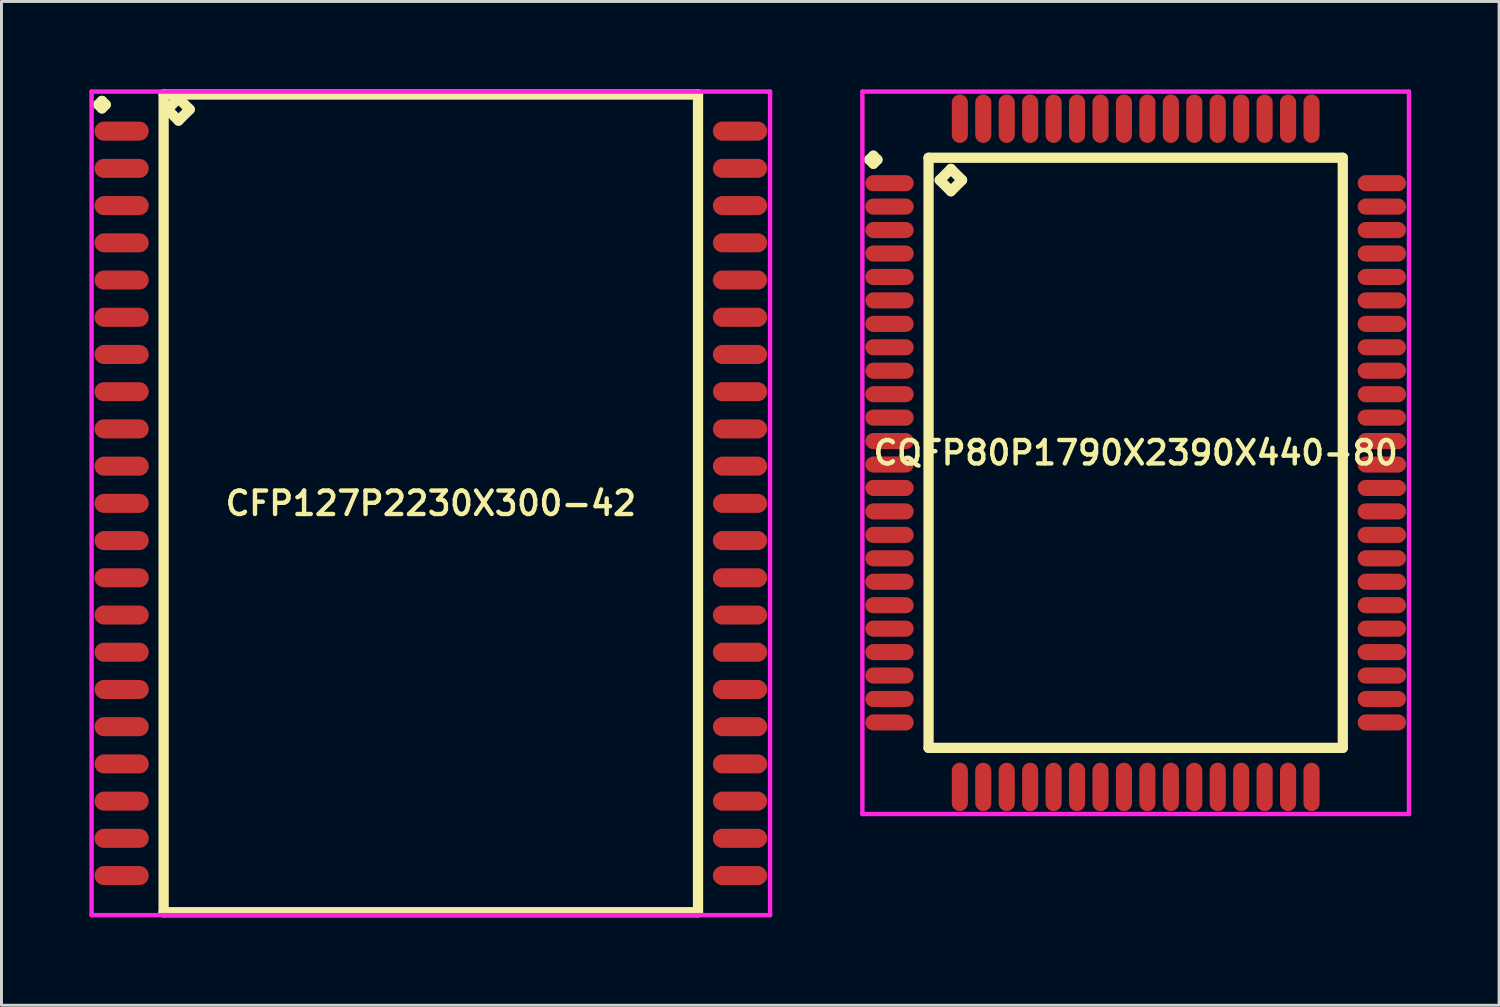
<source format=kicad_pcb>
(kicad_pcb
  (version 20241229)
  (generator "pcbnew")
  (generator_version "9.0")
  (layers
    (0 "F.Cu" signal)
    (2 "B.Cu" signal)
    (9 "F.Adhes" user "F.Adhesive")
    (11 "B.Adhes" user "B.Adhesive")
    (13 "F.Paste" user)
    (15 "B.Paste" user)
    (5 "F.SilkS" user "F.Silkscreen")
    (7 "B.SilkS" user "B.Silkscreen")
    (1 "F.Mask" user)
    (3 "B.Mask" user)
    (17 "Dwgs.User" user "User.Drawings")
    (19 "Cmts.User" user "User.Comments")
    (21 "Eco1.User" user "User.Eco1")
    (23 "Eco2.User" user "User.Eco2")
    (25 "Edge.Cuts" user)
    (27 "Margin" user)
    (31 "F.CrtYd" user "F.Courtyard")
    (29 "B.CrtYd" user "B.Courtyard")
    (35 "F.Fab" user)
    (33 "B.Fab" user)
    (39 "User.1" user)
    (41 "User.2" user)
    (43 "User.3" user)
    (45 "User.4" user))
  (footprint "CQFP80P1790X2390X440-80"
    (layer "F.Cu")
    (at 35.7 12.4)
    (property "Reference" "CQFP80P1790X2390X440-80" (at 0 0 0) (layer "F.SilkS") (effects (font (size 0.8 0.8) (thickness 0.15))))
    (attr smd)
    (fp_line (start -9.088 -10) (end -8.95 -10.137) (stroke (width 0.35) (type solid)) (layer "F.SilkS"))
    (fp_line (start -8.95 -10.137) (end -8.812 -10) (stroke (width 0.35) (type solid)) (layer "F.SilkS"))
    (fp_line (start -8.95 -9.863) (end -9.088 -10) (stroke (width 0.35) (type solid)) (layer "F.SilkS"))
    (fp_line (start -8.812 -10) (end -8.95 -9.863) (stroke (width 0.35) (type solid)) (layer "F.SilkS"))
    (fp_line (start -7.067 -10.067) (end -7.067 10.067) (stroke (width 0.35) (type solid)) (layer "F.SilkS"))
    (fp_line (start -7.067 10.067) (end 7.067 10.067) (stroke (width 0.35) (type solid)) (layer "F.SilkS"))
    (fp_line (start -6.686 -9.305) (end -6.305 -9.686) (stroke (width 0.35) (type solid)) (layer "F.SilkS"))
    (fp_line (start -6.305 -9.686) (end -5.924 -9.305) (stroke (width 0.35) (type solid)) (layer "F.SilkS"))
    (fp_line (start -6.305 -8.924) (end -6.686 -9.305) (stroke (width 0.35) (type solid)) (layer "F.SilkS"))
    (fp_line (start -5.924 -9.305) (end -6.305 -8.924) (stroke (width 0.35) (type solid)) (layer "F.SilkS"))
    (fp_line (start 7.067 -10.067) (end -7.067 -10.067) (stroke (width 0.35) (type solid)) (layer "F.SilkS"))
    (fp_line (start 7.067 10.067) (end 7.067 -10.067) (stroke (width 0.35) (type solid)) (layer "F.SilkS"))
    (fp_line (start -9.325 -12.325) (end 9.325 -12.325) (stroke (width 0.15) (type solid)) (layer "F.CrtYd"))
    (fp_line (start -9.325 12.325) (end -9.325 -12.325) (stroke (width 0.15) (type solid)) (layer "F.CrtYd"))
    (fp_line (start 9.325 -12.325) (end 9.325 12.325) (stroke (width 0.15) (type solid)) (layer "F.CrtYd"))
    (fp_line (start 9.325 12.325) (end -9.325 12.325) (stroke (width 0.15) (type solid)) (layer "F.CrtYd"))
    (pad "1" smd oval (at -8.4 -9.2) (size 1.65 0.55) (layers "F.Cu" "F.Mask" "F.Paste"))
    (pad "2" smd oval (at -8.4 -8.4) (size 1.65 0.55) (layers "F.Cu" "F.Mask" "F.Paste"))
    (pad "3" smd oval (at -8.4 -7.6) (size 1.65 0.55) (layers "F.Cu" "F.Mask" "F.Paste"))
    (pad "4" smd oval (at -8.4 -6.8) (size 1.65 0.55) (layers "F.Cu" "F.Mask" "F.Paste"))
    (pad "5" smd oval (at -8.4 -6) (size 1.65 0.55) (layers "F.Cu" "F.Mask" "F.Paste"))
    (pad "6" smd oval (at -8.4 -5.2) (size 1.65 0.55) (layers "F.Cu" "F.Mask" "F.Paste"))
    (pad "7" smd oval (at -8.4 -4.4) (size 1.65 0.55) (layers "F.Cu" "F.Mask" "F.Paste"))
    (pad "8" smd oval (at -8.4 -3.6) (size 1.65 0.55) (layers "F.Cu" "F.Mask" "F.Paste"))
    (pad "9" smd oval (at -8.4 -2.8) (size 1.65 0.55) (layers "F.Cu" "F.Mask" "F.Paste"))
    (pad "10" smd oval (at -8.4 -2) (size 1.65 0.55) (layers "F.Cu" "F.Mask" "F.Paste"))
    (pad "11" smd oval (at -8.4 -1.2) (size 1.65 0.55) (layers "F.Cu" "F.Mask" "F.Paste"))
    (pad "12" smd oval (at -8.4 -0.4) (size 1.65 0.55) (layers "F.Cu" "F.Mask" "F.Paste"))
    (pad "13" smd oval (at -8.4 0.4) (size 1.65 0.55) (layers "F.Cu" "F.Mask" "F.Paste"))
    (pad "14" smd oval (at -8.4 1.2) (size 1.65 0.55) (layers "F.Cu" "F.Mask" "F.Paste"))
    (pad "15" smd oval (at -8.4 2) (size 1.65 0.55) (layers "F.Cu" "F.Mask" "F.Paste"))
    (pad "16" smd oval (at -8.4 2.8) (size 1.65 0.55) (layers "F.Cu" "F.Mask" "F.Paste"))
    (pad "17" smd oval (at -8.4 3.6) (size 1.65 0.55) (layers "F.Cu" "F.Mask" "F.Paste"))
    (pad "18" smd oval (at -8.4 4.4) (size 1.65 0.55) (layers "F.Cu" "F.Mask" "F.Paste"))
    (pad "19" smd oval (at -8.4 5.2) (size 1.65 0.55) (layers "F.Cu" "F.Mask" "F.Paste"))
    (pad "20" smd oval (at -8.4 6) (size 1.65 0.55) (layers "F.Cu" "F.Mask" "F.Paste"))
    (pad "21" smd oval (at -8.4 6.8) (size 1.65 0.55) (layers "F.Cu" "F.Mask" "F.Paste"))
    (pad "22" smd oval (at -8.4 7.6) (size 1.65 0.55) (layers "F.Cu" "F.Mask" "F.Paste"))
    (pad "23" smd oval (at -8.4 8.4) (size 1.65 0.55) (layers "F.Cu" "F.Mask" "F.Paste"))
    (pad "24" smd oval (at -8.4 9.2) (size 1.65 0.55) (layers "F.Cu" "F.Mask" "F.Paste"))
    (pad "25" smd oval (at -6 11.4) (size 0.55 1.65) (layers "F.Cu" "F.Mask" "F.Paste"))
    (pad "26" smd oval (at -5.2 11.4) (size 0.55 1.65) (layers "F.Cu" "F.Mask" "F.Paste"))
    (pad "27" smd oval (at -4.4 11.4) (size 0.55 1.65) (layers "F.Cu" "F.Mask" "F.Paste"))
    (pad "28" smd oval (at -3.6 11.4) (size 0.55 1.65) (layers "F.Cu" "F.Mask" "F.Paste"))
    (pad "29" smd oval (at -2.8 11.4) (size 0.55 1.65) (layers "F.Cu" "F.Mask" "F.Paste"))
    (pad "30" smd oval (at -2 11.4) (size 0.55 1.65) (layers "F.Cu" "F.Mask" "F.Paste"))
    (pad "31" smd oval (at -1.2 11.4) (size 0.55 1.65) (layers "F.Cu" "F.Mask" "F.Paste"))
    (pad "32" smd oval (at -0.4 11.4) (size 0.55 1.65) (layers "F.Cu" "F.Mask" "F.Paste"))
    (pad "33" smd oval (at 0.4 11.4) (size 0.55 1.65) (layers "F.Cu" "F.Mask" "F.Paste"))
    (pad "34" smd oval (at 1.2 11.4) (size 0.55 1.65) (layers "F.Cu" "F.Mask" "F.Paste"))
    (pad "35" smd oval (at 2 11.4) (size 0.55 1.65) (layers "F.Cu" "F.Mask" "F.Paste"))
    (pad "36" smd oval (at 2.8 11.4) (size 0.55 1.65) (layers "F.Cu" "F.Mask" "F.Paste"))
    (pad "37" smd oval (at 3.6 11.4) (size 0.55 1.65) (layers "F.Cu" "F.Mask" "F.Paste"))
    (pad "38" smd oval (at 4.4 11.4) (size 0.55 1.65) (layers "F.Cu" "F.Mask" "F.Paste"))
    (pad "39" smd oval (at 5.2 11.4) (size 0.55 1.65) (layers "F.Cu" "F.Mask" "F.Paste"))
    (pad "40" smd oval (at 6 11.4) (size 0.55 1.65) (layers "F.Cu" "F.Mask" "F.Paste"))
    (pad "41" smd oval (at 8.4 9.2) (size 1.65 0.55) (layers "F.Cu" "F.Mask" "F.Paste"))
    (pad "42" smd oval (at 8.4 8.4) (size 1.65 0.55) (layers "F.Cu" "F.Mask" "F.Paste"))
    (pad "43" smd oval (at 8.4 7.6) (size 1.65 0.55) (layers "F.Cu" "F.Mask" "F.Paste"))
    (pad "44" smd oval (at 8.4 6.8) (size 1.65 0.55) (layers "F.Cu" "F.Mask" "F.Paste"))
    (pad "45" smd oval (at 8.4 6) (size 1.65 0.55) (layers "F.Cu" "F.Mask" "F.Paste"))
    (pad "46" smd oval (at 8.4 5.2) (size 1.65 0.55) (layers "F.Cu" "F.Mask" "F.Paste"))
    (pad "47" smd oval (at 8.4 4.4) (size 1.65 0.55) (layers "F.Cu" "F.Mask" "F.Paste"))
    (pad "48" smd oval (at 8.4 3.6) (size 1.65 0.55) (layers "F.Cu" "F.Mask" "F.Paste"))
    (pad "49" smd oval (at 8.4 2.8) (size 1.65 0.55) (layers "F.Cu" "F.Mask" "F.Paste"))
    (pad "50" smd oval (at 8.4 2) (size 1.65 0.55) (layers "F.Cu" "F.Mask" "F.Paste"))
    (pad "51" smd oval (at 8.4 1.2) (size 1.65 0.55) (layers "F.Cu" "F.Mask" "F.Paste"))
    (pad "52" smd oval (at 8.4 0.4) (size 1.65 0.55) (layers "F.Cu" "F.Mask" "F.Paste"))
    (pad "53" smd oval (at 8.4 -0.4) (size 1.65 0.55) (layers "F.Cu" "F.Mask" "F.Paste"))
    (pad "54" smd oval (at 8.4 -1.2) (size 1.65 0.55) (layers "F.Cu" "F.Mask" "F.Paste"))
    (pad "55" smd oval (at 8.4 -2) (size 1.65 0.55) (layers "F.Cu" "F.Mask" "F.Paste"))
    (pad "56" smd oval (at 8.4 -2.8) (size 1.65 0.55) (layers "F.Cu" "F.Mask" "F.Paste"))
    (pad "57" smd oval (at 8.4 -3.6) (size 1.65 0.55) (layers "F.Cu" "F.Mask" "F.Paste"))
    (pad "58" smd oval (at 8.4 -4.4) (size 1.65 0.55) (layers "F.Cu" "F.Mask" "F.Paste"))
    (pad "59" smd oval (at 8.4 -5.2) (size 1.65 0.55) (layers "F.Cu" "F.Mask" "F.Paste"))
    (pad "60" smd oval (at 8.4 -6) (size 1.65 0.55) (layers "F.Cu" "F.Mask" "F.Paste"))
    (pad "61" smd oval (at 8.4 -6.8) (size 1.65 0.55) (layers "F.Cu" "F.Mask" "F.Paste"))
    (pad "62" smd oval (at 8.4 -7.6) (size 1.65 0.55) (layers "F.Cu" "F.Mask" "F.Paste"))
    (pad "63" smd oval (at 8.4 -8.4) (size 1.65 0.55) (layers "F.Cu" "F.Mask" "F.Paste"))
    (pad "64" smd oval (at 8.4 -9.2) (size 1.65 0.55) (layers "F.Cu" "F.Mask" "F.Paste"))
    (pad "65" smd oval (at 6 -11.4) (size 0.55 1.65) (layers "F.Cu" "F.Mask" "F.Paste"))
    (pad "66" smd oval (at 5.2 -11.4) (size 0.55 1.65) (layers "F.Cu" "F.Mask" "F.Paste"))
    (pad "67" smd oval (at 4.4 -11.4) (size 0.55 1.65) (layers "F.Cu" "F.Mask" "F.Paste"))
    (pad "68" smd oval (at 3.6 -11.4) (size 0.55 1.65) (layers "F.Cu" "F.Mask" "F.Paste"))
    (pad "69" smd oval (at 2.8 -11.4) (size 0.55 1.65) (layers "F.Cu" "F.Mask" "F.Paste"))
    (pad "70" smd oval (at 2 -11.4) (size 0.55 1.65) (layers "F.Cu" "F.Mask" "F.Paste"))
    (pad "71" smd oval (at 1.2 -11.4) (size 0.55 1.65) (layers "F.Cu" "F.Mask" "F.Paste"))
    (pad "72" smd oval (at 0.4 -11.4) (size 0.55 1.65) (layers "F.Cu" "F.Mask" "F.Paste"))
    (pad "73" smd oval (at -0.4 -11.4) (size 0.55 1.65) (layers "F.Cu" "F.Mask" "F.Paste"))
    (pad "74" smd oval (at -1.2 -11.4) (size 0.55 1.65) (layers "F.Cu" "F.Mask" "F.Paste"))
    (pad "75" smd oval (at -2 -11.4) (size 0.55 1.65) (layers "F.Cu" "F.Mask" "F.Paste"))
    (pad "76" smd oval (at -2.8 -11.4) (size 0.55 1.65) (layers "F.Cu" "F.Mask" "F.Paste"))
    (pad "77" smd oval (at -3.6 -11.4) (size 0.55 1.65) (layers "F.Cu" "F.Mask" "F.Paste"))
    (pad "78" smd oval (at -4.4 -11.4) (size 0.55 1.65) (layers "F.Cu" "F.Mask" "F.Paste"))
    (pad "79" smd oval (at -5.2 -11.4) (size 0.55 1.65) (layers "F.Cu" "F.Mask" "F.Paste"))
    (pad "80" smd oval (at -6 -11.4) (size 0.55 1.65) (layers "F.Cu" "F.Mask" "F.Paste")))
  (footprint "CFP127P2230X300-42"
    (layer "F.Cu")
    (at 11.65 14.125)
    (property "Reference" "CFP127P2230X300-42" (at 0 0 0) (layer "F.SilkS") (effects (font (size 0.8 0.8) (thickness 0.15))))
    (attr through_hole)
    (fp_line (start -11.348 -13.604) (end -11.221 -13.731) (stroke (width 0.35) (type solid)) (layer "F.SilkS"))
    (fp_line (start -11.221 -13.731) (end -11.094 -13.604) (stroke (width 0.35) (type solid)) (layer "F.SilkS"))
    (fp_line (start -11.221 -13.477) (end -11.348 -13.604) (stroke (width 0.35) (type solid)) (layer "F.SilkS"))
    (fp_line (start -11.094 -13.604) (end -11.221 -13.477) (stroke (width 0.35) (type solid)) (layer "F.SilkS"))
    (fp_line (start -9.117 -13.95) (end -9.117 13.95) (stroke (width 0.35) (type solid)) (layer "F.SilkS"))
    (fp_line (start -9.117 13.95) (end 9.117 13.95) (stroke (width 0.35) (type solid)) (layer "F.SilkS"))
    (fp_line (start -8.99 -13.442) (end -8.609 -13.823) (stroke (width 0.35) (type solid)) (layer "F.SilkS"))
    (fp_line (start -8.609 -13.823) (end -8.228 -13.442) (stroke (width 0.35) (type solid)) (layer "F.SilkS"))
    (fp_line (start -8.609 -13.061) (end -8.99 -13.442) (stroke (width 0.35) (type solid)) (layer "F.SilkS"))
    (fp_line (start -8.228 -13.442) (end -8.609 -13.061) (stroke (width 0.35) (type solid)) (layer "F.SilkS"))
    (fp_line (start 9.117 -13.95) (end -9.117 -13.95) (stroke (width 0.35) (type solid)) (layer "F.SilkS"))
    (fp_line (start 9.117 13.95) (end 9.117 -13.95) (stroke (width 0.35) (type solid)) (layer "F.SilkS"))
    (fp_line (start -11.575 -14.05) (end 11.575 -14.05) (stroke (width 0.15) (type solid)) (layer "F.CrtYd"))
    (fp_line (start -11.575 14.05) (end -11.575 -14.05) (stroke (width 0.15) (type solid)) (layer "F.CrtYd"))
    (fp_line (start 11.575 -14.05) (end 11.575 14.05) (stroke (width 0.15) (type solid)) (layer "F.CrtYd"))
    (fp_line (start 11.575 14.05) (end -11.575 14.05) (stroke (width 0.15) (type solid)) (layer "F.CrtYd"))
    (pad "1" smd oval (at -10.55 -12.7) (size 1.85 0.65) (layers "F.Cu" "F.Mask" "F.Paste"))
    (pad "2" smd oval (at -10.55 -11.43) (size 1.85 0.65) (layers "F.Cu" "F.Mask" "F.Paste"))
    (pad "3" smd oval (at -10.55 -10.16) (size 1.85 0.65) (layers "F.Cu" "F.Mask" "F.Paste"))
    (pad "4" smd oval (at -10.55 -8.89) (size 1.85 0.65) (layers "F.Cu" "F.Mask" "F.Paste"))
    (pad "5" smd oval (at -10.55 -7.62) (size 1.85 0.65) (layers "F.Cu" "F.Mask" "F.Paste"))
    (pad "6" smd oval (at -10.55 -6.35) (size 1.85 0.65) (layers "F.Cu" "F.Mask" "F.Paste"))
    (pad "7" smd oval (at -10.55 -5.08) (size 1.85 0.65) (layers "F.Cu" "F.Mask" "F.Paste"))
    (pad "8" smd oval (at -10.55 -3.81) (size 1.85 0.65) (layers "F.Cu" "F.Mask" "F.Paste"))
    (pad "9" smd oval (at -10.55 -2.54) (size 1.85 0.65) (layers "F.Cu" "F.Mask" "F.Paste"))
    (pad "10" smd oval (at -10.55 -1.27) (size 1.85 0.65) (layers "F.Cu" "F.Mask" "F.Paste"))
    (pad "11" smd oval (at -10.55 0) (size 1.85 0.65) (layers "F.Cu" "F.Mask" "F.Paste"))
    (pad "12" smd oval (at -10.55 1.27) (size 1.85 0.65) (layers "F.Cu" "F.Mask" "F.Paste"))
    (pad "13" smd oval (at -10.55 2.54) (size 1.85 0.65) (layers "F.Cu" "F.Mask" "F.Paste"))
    (pad "14" smd oval (at -10.55 3.81) (size 1.85 0.65) (layers "F.Cu" "F.Mask" "F.Paste"))
    (pad "15" smd oval (at -10.55 5.08) (size 1.85 0.65) (layers "F.Cu" "F.Mask" "F.Paste"))
    (pad "16" smd oval (at -10.55 6.35) (size 1.85 0.65) (layers "F.Cu" "F.Mask" "F.Paste"))
    (pad "17" smd oval (at -10.55 7.62) (size 1.85 0.65) (layers "F.Cu" "F.Mask" "F.Paste"))
    (pad "18" smd oval (at -10.55 8.89) (size 1.85 0.65) (layers "F.Cu" "F.Mask" "F.Paste"))
    (pad "19" smd oval (at -10.55 10.16) (size 1.85 0.65) (layers "F.Cu" "F.Mask" "F.Paste"))
    (pad "20" smd oval (at -10.55 11.43) (size 1.85 0.65) (layers "F.Cu" "F.Mask" "F.Paste"))
    (pad "21" smd oval (at -10.55 12.7) (size 1.85 0.65) (layers "F.Cu" "F.Mask" "F.Paste"))
    (pad "22" smd oval (at 10.55 12.7) (size 1.85 0.65) (layers "F.Cu" "F.Mask" "F.Paste"))
    (pad "23" smd oval (at 10.55 11.43) (size 1.85 0.65) (layers "F.Cu" "F.Mask" "F.Paste"))
    (pad "24" smd oval (at 10.55 10.16) (size 1.85 0.65) (layers "F.Cu" "F.Mask" "F.Paste"))
    (pad "25" smd oval (at 10.55 8.89) (size 1.85 0.65) (layers "F.Cu" "F.Mask" "F.Paste"))
    (pad "26" smd oval (at 10.55 7.62) (size 1.85 0.65) (layers "F.Cu" "F.Mask" "F.Paste"))
    (pad "27" smd oval (at 10.55 6.35) (size 1.85 0.65) (layers "F.Cu" "F.Mask" "F.Paste"))
    (pad "28" smd oval (at 10.55 5.08) (size 1.85 0.65) (layers "F.Cu" "F.Mask" "F.Paste"))
    (pad "29" smd oval (at 10.55 3.81) (size 1.85 0.65) (layers "F.Cu" "F.Mask" "F.Paste"))
    (pad "30" smd oval (at 10.55 2.54) (size 1.85 0.65) (layers "F.Cu" "F.Mask" "F.Paste"))
    (pad "31" smd oval (at 10.55 1.27) (size 1.85 0.65) (layers "F.Cu" "F.Mask" "F.Paste"))
    (pad "32" smd oval (at 10.55 0) (size 1.85 0.65) (layers "F.Cu" "F.Mask" "F.Paste"))
    (pad "33" smd oval (at 10.55 -1.27) (size 1.85 0.65) (layers "F.Cu" "F.Mask" "F.Paste"))
    (pad "34" smd oval (at 10.55 -2.54) (size 1.85 0.65) (layers "F.Cu" "F.Mask" "F.Paste"))
    (pad "35" smd oval (at 10.55 -3.81) (size 1.85 0.65) (layers "F.Cu" "F.Mask" "F.Paste"))
    (pad "36" smd oval (at 10.55 -5.08) (size 1.85 0.65) (layers "F.Cu" "F.Mask" "F.Paste"))
    (pad "37" smd oval (at 10.55 -6.35) (size 1.85 0.65) (layers "F.Cu" "F.Mask" "F.Paste"))
    (pad "38" smd oval (at 10.55 -7.62) (size 1.85 0.65) (layers "F.Cu" "F.Mask" "F.Paste"))
    (pad "39" smd oval (at 10.55 -8.89) (size 1.85 0.65) (layers "F.Cu" "F.Mask" "F.Paste"))
    (pad "40" smd oval (at 10.55 -10.16) (size 1.85 0.65) (layers "F.Cu" "F.Mask" "F.Paste"))
    (pad "41" smd oval (at 10.55 -11.43) (size 1.85 0.65) (layers "F.Cu" "F.Mask" "F.Paste"))
    (pad "42" smd oval (at 10.55 -12.7) (size 1.85 0.65) (layers "F.Cu" "F.Mask" "F.Paste")))
  (gr_rect
    (start -3 -3)
    (end 48.1 31.25)
    (stroke (width 0.1) (type default))
    (fill no)
    (layer "Edge.Cuts")))
</source>
